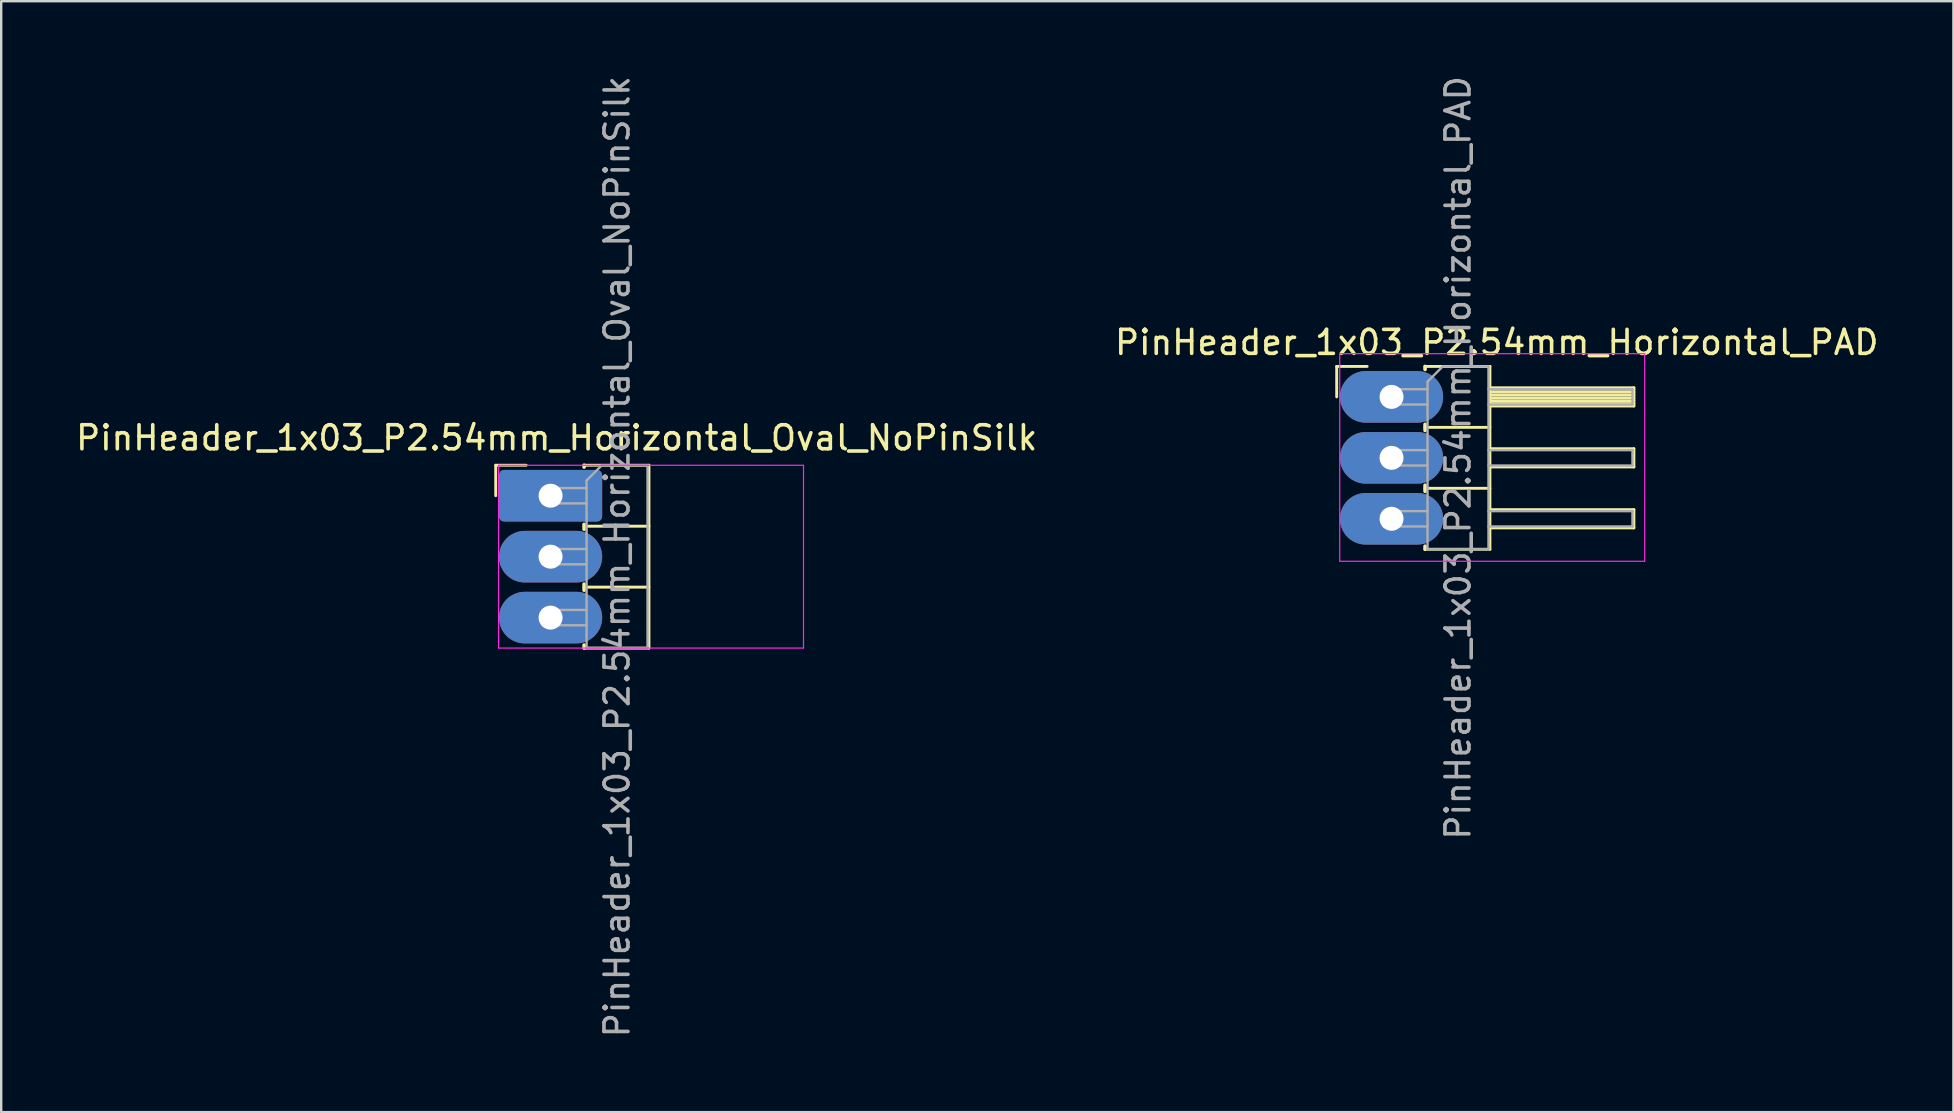
<source format=kicad_pcb>
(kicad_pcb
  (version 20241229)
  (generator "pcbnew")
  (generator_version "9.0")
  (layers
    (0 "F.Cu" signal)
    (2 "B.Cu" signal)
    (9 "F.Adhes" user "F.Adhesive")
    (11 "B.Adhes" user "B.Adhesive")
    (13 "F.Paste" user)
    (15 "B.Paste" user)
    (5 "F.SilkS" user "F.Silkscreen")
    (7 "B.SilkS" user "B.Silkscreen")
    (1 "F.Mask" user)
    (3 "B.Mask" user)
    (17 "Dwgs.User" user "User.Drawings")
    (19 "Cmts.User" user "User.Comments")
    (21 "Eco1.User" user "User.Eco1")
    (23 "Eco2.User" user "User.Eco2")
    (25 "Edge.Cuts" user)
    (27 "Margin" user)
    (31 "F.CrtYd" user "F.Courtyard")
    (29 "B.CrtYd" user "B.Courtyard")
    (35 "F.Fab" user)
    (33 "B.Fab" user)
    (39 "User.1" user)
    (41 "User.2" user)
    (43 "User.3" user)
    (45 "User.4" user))
  (footprint "PinHeader_1x03_P2.54mm_Horizontal_PAD"
    (layer "F.Cu")
    (at 54.942 13.49)
    (property "Reference" "PinHeader_1x03_P2.54mm_Horizontal_PAD" (at 4.385 -2.27 0) (layer "F.SilkS") (effects (font (size 1 1) (thickness 0.15))))
    (attr through_hole)
    (fp_line (start -2.286 -1.27) (end -1.016 -1.27) (stroke (width 0.12) (type solid)) (layer "F.SilkS"))
    (fp_line (start -2.286 0) (end -2.286 -1.27) (stroke (width 0.12) (type solid)) (layer "F.SilkS"))
    (fp_line (start 1.397 -1.27) (end 1.397 -1.143) (stroke (width 0.15) (type solid)) (layer "F.SilkS"))
    (fp_line (start 1.397 1.143) (end 1.397 1.397) (stroke (width 0.15) (type solid)) (layer "F.SilkS"))
    (fp_line (start 1.397 1.27) (end 4.1 1.27) (stroke (width 0.12) (type solid)) (layer "F.SilkS"))
    (fp_line (start 1.397 3.683) (end 1.397 3.937) (stroke (width 0.15) (type solid)) (layer "F.SilkS"))
    (fp_line (start 1.397 3.81) (end 4.1 3.81) (stroke (width 0.12) (type solid)) (layer "F.SilkS"))
    (fp_line (start 1.397 6.223) (end 1.397 6.35) (stroke (width 0.15) (type solid)) (layer "F.SilkS"))
    (fp_line (start 1.397 6.35) (end 4.1 6.35) (stroke (width 0.12) (type solid)) (layer "F.SilkS"))
    (fp_line (start 4.1 -1.27) (end 1.397 -1.27) (stroke (width 0.12) (type solid)) (layer "F.SilkS"))
    (fp_line (start 4.1 -0.38) (end 10.1 -0.38) (stroke (width 0.12) (type solid)) (layer "F.SilkS"))
    (fp_line (start 4.1 -0.32) (end 10.1 -0.32) (stroke (width 0.12) (type solid)) (layer "F.SilkS"))
    (fp_line (start 4.1 -0.2) (end 10.1 -0.2) (stroke (width 0.12) (type solid)) (layer "F.SilkS"))
    (fp_line (start 4.1 -0.08) (end 10.1 -0.08) (stroke (width 0.12) (type solid)) (layer "F.SilkS"))
    (fp_line (start 4.1 0.04) (end 10.1 0.04) (stroke (width 0.12) (type solid)) (layer "F.SilkS"))
    (fp_line (start 4.1 0.16) (end 10.1 0.16) (stroke (width 0.12) (type solid)) (layer "F.SilkS"))
    (fp_line (start 4.1 0.28) (end 10.1 0.28) (stroke (width 0.12) (type solid)) (layer "F.SilkS"))
    (fp_line (start 4.1 2.16) (end 10.1 2.16) (stroke (width 0.12) (type solid)) (layer "F.SilkS"))
    (fp_line (start 4.1 4.7) (end 10.1 4.7) (stroke (width 0.12) (type solid)) (layer "F.SilkS"))
    (fp_line (start 4.1 6.35) (end 4.1 -1.27) (stroke (width 0.12) (type solid)) (layer "F.SilkS"))
    (fp_line (start 10.1 -0.38) (end 10.1 0.38) (stroke (width 0.12) (type solid)) (layer "F.SilkS"))
    (fp_line (start 10.1 0.38) (end 4.1 0.38) (stroke (width 0.12) (type solid)) (layer "F.SilkS"))
    (fp_line (start 10.1 2.16) (end 10.1 2.92) (stroke (width 0.12) (type solid)) (layer "F.SilkS"))
    (fp_line (start 10.1 2.92) (end 4.1 2.92) (stroke (width 0.12) (type solid)) (layer "F.SilkS"))
    (fp_line (start 10.1 4.7) (end 10.1 5.46) (stroke (width 0.12) (type solid)) (layer "F.SilkS"))
    (fp_line (start 10.1 5.46) (end 4.1 5.46) (stroke (width 0.12) (type solid)) (layer "F.SilkS"))
    (fp_line (start -2.159 -1.8) (end -2.159 6.85) (stroke (width 0.05) (type solid)) (layer "F.CrtYd"))
    (fp_line (start -2.159 6.85) (end 10.55 6.85) (stroke (width 0.05) (type solid)) (layer "F.CrtYd"))
    (fp_line (start 10.55 -1.8) (end -2.159 -1.8) (stroke (width 0.05) (type solid)) (layer "F.CrtYd"))
    (fp_line (start 10.55 6.85) (end 10.55 -1.8) (stroke (width 0.05) (type solid)) (layer "F.CrtYd"))
    (fp_line (start -0.32 -0.32) (end -0.32 0.32) (stroke (width 0.1) (type solid)) (layer "F.Fab"))
    (fp_line (start -0.32 -0.32) (end 1.5 -0.32) (stroke (width 0.1) (type solid)) (layer "F.Fab"))
    (fp_line (start -0.32 0.32) (end 1.5 0.32) (stroke (width 0.1) (type solid)) (layer "F.Fab"))
    (fp_line (start -0.32 2.22) (end -0.32 2.86) (stroke (width 0.1) (type solid)) (layer "F.Fab"))
    (fp_line (start -0.32 2.22) (end 1.5 2.22) (stroke (width 0.1) (type solid)) (layer "F.Fab"))
    (fp_line (start -0.32 2.86) (end 1.5 2.86) (stroke (width 0.1) (type solid)) (layer "F.Fab"))
    (fp_line (start -0.32 4.76) (end -0.32 5.4) (stroke (width 0.1) (type solid)) (layer "F.Fab"))
    (fp_line (start -0.32 4.76) (end 1.5 4.76) (stroke (width 0.1) (type solid)) (layer "F.Fab"))
    (fp_line (start -0.32 5.4) (end 1.5 5.4) (stroke (width 0.1) (type solid)) (layer "F.Fab"))
    (fp_line (start 1.5 -0.635) (end 2.135 -1.27) (stroke (width 0.1) (type solid)) (layer "F.Fab"))
    (fp_line (start 1.5 6.35) (end 1.5 -0.635) (stroke (width 0.1) (type solid)) (layer "F.Fab"))
    (fp_line (start 2.135 -1.27) (end 4.04 -1.27) (stroke (width 0.1) (type solid)) (layer "F.Fab"))
    (fp_line (start 4.04 -1.27) (end 4.04 6.35) (stroke (width 0.1) (type solid)) (layer "F.Fab"))
    (fp_line (start 4.04 -0.32) (end 10.04 -0.32) (stroke (width 0.1) (type solid)) (layer "F.Fab"))
    (fp_line (start 4.04 0.32) (end 10.04 0.32) (stroke (width 0.1) (type solid)) (layer "F.Fab"))
    (fp_line (start 4.04 2.22) (end 10.04 2.22) (stroke (width 0.1) (type solid)) (layer "F.Fab"))
    (fp_line (start 4.04 2.86) (end 10.04 2.86) (stroke (width 0.1) (type solid)) (layer "F.Fab"))
    (fp_line (start 4.04 4.76) (end 10.04 4.76) (stroke (width 0.1) (type solid)) (layer "F.Fab"))
    (fp_line (start 4.04 5.4) (end 10.04 5.4) (stroke (width 0.1) (type solid)) (layer "F.Fab"))
    (fp_line (start 4.04 6.35) (end 1.5 6.35) (stroke (width 0.1) (type solid)) (layer "F.Fab"))
    (fp_line (start 10.04 -0.32) (end 10.04 0.32) (stroke (width 0.1) (type solid)) (layer "F.Fab"))
    (fp_line (start 10.04 2.22) (end 10.04 2.86) (stroke (width 0.1) (type solid)) (layer "F.Fab"))
    (fp_line (start 10.04 4.76) (end 10.04 5.4) (stroke (width 0.1) (type solid)) (layer "F.Fab"))
    (fp_text user "${REFERENCE}" (at 2.77 2.54 90) (layer "F.Fab") (effects (font (size 1 1) (thickness 0.15))))
    (pad "1" thru_hole oval (at 0 0) (size 4.3 2.15) (drill 1) (layers "*.Cu" "*.Mask"))
    (pad "2" thru_hole oval (at 0 2.54) (size 4.3 2.15) (drill 1) (layers "*.Cu" "*.Mask"))
    (pad "3" thru_hole oval (at 0 5.08) (size 4.3 2.15) (drill 1) (layers "*.Cu" "*.Mask")))
  (footprint "PinHeader_1x03_P2.54mm_Horizontal_Oval_NoPinSilk"
    (layer "F.Cu")
    (at 19.895 17.609)
    (property "Reference" "PinHeader_1x03_P2.54mm_Horizontal_Oval_NoPinSilk" (at 0.254 -2.413 0) (layer "F.SilkS") (effects (font (size 1 1) (thickness 0.15))))
    (attr through_hole)
    (fp_line (start -2.286 -1.27) (end -1.016 -1.27) (stroke (width 0.12) (type solid)) (layer "F.SilkS"))
    (fp_line (start -2.286 0) (end -2.286 -1.27) (stroke (width 0.12) (type solid)) (layer "F.SilkS"))
    (fp_line (start 1.397 -1.27) (end 1.397 -1.194) (stroke (width 0.15) (type solid)) (layer "F.SilkS"))
    (fp_line (start 1.397 1.194) (end 1.397 1.397) (stroke (width 0.15) (type solid)) (layer "F.SilkS"))
    (fp_line (start 1.397 1.27) (end 4.1 1.27) (stroke (width 0.12) (type solid)) (layer "F.SilkS"))
    (fp_line (start 1.397 3.683) (end 1.397 3.937) (stroke (width 0.15) (type solid)) (layer "F.SilkS"))
    (fp_line (start 1.397 3.81) (end 4.1 3.81) (stroke (width 0.12) (type solid)) (layer "F.SilkS"))
    (fp_line (start 1.397 6.223) (end 1.397 6.35) (stroke (width 0.15) (type solid)) (layer "F.SilkS"))
    (fp_line (start 1.397 6.35) (end 4.1 6.35) (stroke (width 0.12) (type solid)) (layer "F.SilkS"))
    (fp_line (start 4.1 -1.27) (end 1.397 -1.27) (stroke (width 0.12) (type solid)) (layer "F.SilkS"))
    (fp_line (start 4.1 6.35) (end 4.1 -1.27) (stroke (width 0.12) (type solid)) (layer "F.SilkS"))
    (fp_line (start -2.168 -1.27) (end -2.168 6.35) (stroke (width 0.05) (type solid)) (layer "F.CrtYd"))
    (fp_line (start -2.168 6.35) (end 10.541 6.35) (stroke (width 0.05) (type solid)) (layer "F.CrtYd"))
    (fp_line (start 10.541 -1.27) (end -2.168 -1.27) (stroke (width 0.05) (type solid)) (layer "F.CrtYd"))
    (fp_line (start 10.541 6.35) (end 10.541 -1.27) (stroke (width 0.05) (type solid)) (layer "F.CrtYd"))
    (fp_line (start -0.32 -0.32) (end -0.32 0.32) (stroke (width 0.1) (type solid)) (layer "F.Fab"))
    (fp_line (start -0.32 -0.32) (end 1.5 -0.32) (stroke (width 0.1) (type solid)) (layer "F.Fab"))
    (fp_line (start -0.32 0.32) (end 1.5 0.32) (stroke (width 0.1) (type solid)) (layer "F.Fab"))
    (fp_line (start -0.32 2.22) (end -0.32 2.86) (stroke (width 0.1) (type solid)) (layer "F.Fab"))
    (fp_line (start -0.32 2.22) (end 1.5 2.22) (stroke (width 0.1) (type solid)) (layer "F.Fab"))
    (fp_line (start -0.32 2.86) (end 1.5 2.86) (stroke (width 0.1) (type solid)) (layer "F.Fab"))
    (fp_line (start -0.32 4.76) (end -0.32 5.4) (stroke (width 0.1) (type solid)) (layer "F.Fab"))
    (fp_line (start -0.32 4.76) (end 1.5 4.76) (stroke (width 0.1) (type solid)) (layer "F.Fab"))
    (fp_line (start -0.32 5.4) (end 1.5 5.4) (stroke (width 0.1) (type solid)) (layer "F.Fab"))
    (fp_line (start 1.5 -0.635) (end 2.135 -1.27) (stroke (width 0.1) (type solid)) (layer "F.Fab"))
    (fp_line (start 1.5 6.35) (end 1.5 -0.635) (stroke (width 0.1) (type solid)) (layer "F.Fab"))
    (fp_line (start 2.135 -1.27) (end 4.04 -1.27) (stroke (width 0.1) (type solid)) (layer "F.Fab"))
    (fp_line (start 4.04 -1.27) (end 4.04 6.35) (stroke (width 0.1) (type solid)) (layer "F.Fab"))
    (fp_line (start 4.04 6.35) (end 1.5 6.35) (stroke (width 0.1) (type solid)) (layer "F.Fab"))
    (fp_text user "${REFERENCE}" (at 2.77 2.54 90) (layer "F.Fab") (effects (font (size 1 1) (thickness 0.15))))
    (pad "1" thru_hole roundrect (at 0 0) (size 4.3 2.15) (drill 1) (layers "*.Cu" "*.Mask") (roundrect_rratio 0.1))
    (pad "2" thru_hole oval (at 0 2.54) (size 4.3 2.15) (drill 1) (layers "*.Cu" "*.Mask"))
    (pad "3" thru_hole oval (at 0 5.08) (size 4.3 2.15) (drill 1) (layers "*.Cu" "*.Mask")))
  (gr_rect
    (start -3 -3)
    (end 78.357 43.298)
    (stroke (width 0.1) (type default))
    (fill no)
    (layer "Edge.Cuts")))
</source>
